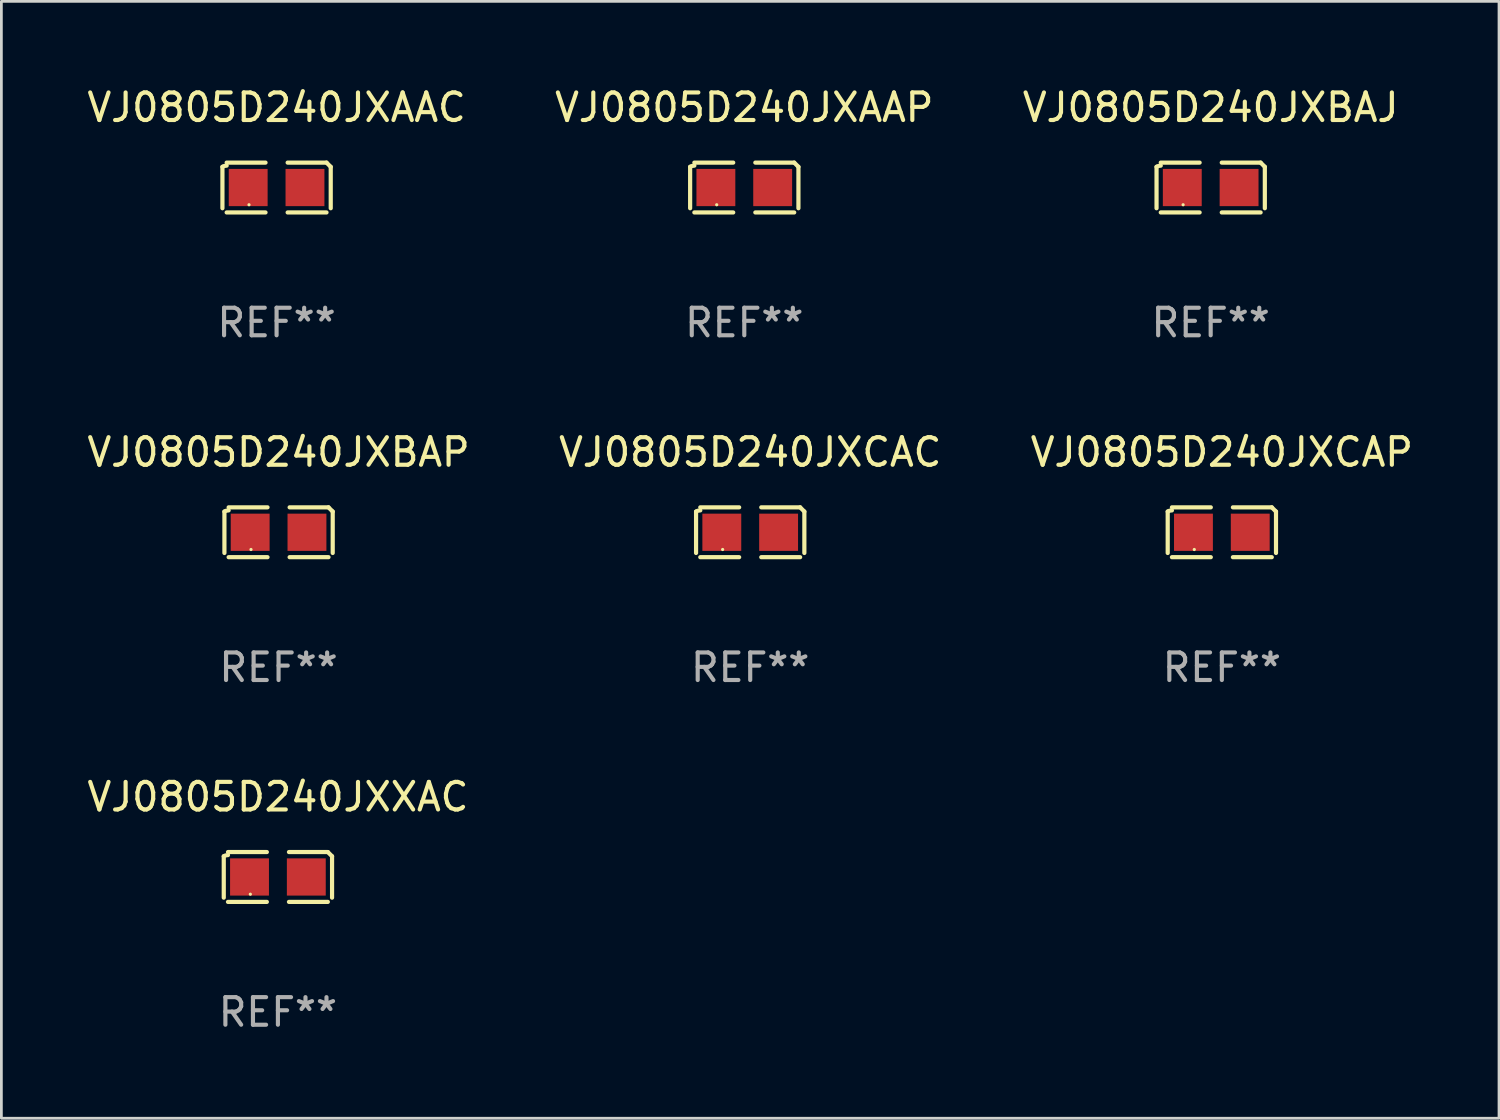
<source format=kicad_pcb>
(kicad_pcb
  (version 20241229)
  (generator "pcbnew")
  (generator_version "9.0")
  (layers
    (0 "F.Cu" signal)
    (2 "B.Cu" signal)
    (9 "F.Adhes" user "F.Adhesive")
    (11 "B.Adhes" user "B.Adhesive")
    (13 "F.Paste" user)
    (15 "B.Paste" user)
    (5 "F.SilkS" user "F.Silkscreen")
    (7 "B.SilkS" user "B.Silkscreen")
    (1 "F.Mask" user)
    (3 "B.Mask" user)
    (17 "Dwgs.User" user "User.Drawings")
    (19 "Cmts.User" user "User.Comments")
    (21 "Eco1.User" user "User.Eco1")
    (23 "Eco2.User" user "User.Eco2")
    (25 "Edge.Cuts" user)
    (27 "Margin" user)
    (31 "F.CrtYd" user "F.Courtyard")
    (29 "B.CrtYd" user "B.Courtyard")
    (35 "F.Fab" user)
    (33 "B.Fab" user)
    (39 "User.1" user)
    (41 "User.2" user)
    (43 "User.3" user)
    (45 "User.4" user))
  (footprint "VJ0805D240JXXAC"
    (layer "F.Cu")
    (at 7.03 28.759)
    (property "Reference" "VJ0805D240JXXAC" (at 0 -2.904 0) (layer "F.SilkS") (effects (font (size 1 1) (thickness 0.15))))
    (attr through_hole)
    (fp_line (start -1.964 0.751) (end -1.964 -0.751) (stroke (width 0.152) (type solid)) (layer "F.SilkS"))
    (fp_line (start -1.811 -0.904) (end -0.401 -0.904) (stroke (width 0.152) (type solid)) (layer "F.SilkS"))
    (fp_line (start -0.401 0.904) (end -1.811 0.904) (stroke (width 0.152) (type solid)) (layer "F.SilkS"))
    (fp_line (start 0.401 0.904) (end 1.811 0.904) (stroke (width 0.152) (type solid)) (layer "F.SilkS"))
    (fp_line (start 1.811 -0.904) (end 0.401 -0.904) (stroke (width 0.152) (type solid)) (layer "F.SilkS"))
    (fp_line (start 1.964 0.751) (end 1.964 -0.751) (stroke (width 0.152) (type solid)) (layer "F.SilkS"))
    (fp_arc (start -1.963602 -0.751207) (mid -1.890354 -0.783131) (end -1.811201 -0.794044) (stroke (width 0.1524) (type solid)) (layer "F.SilkS"))
    (fp_arc (start 1.811202 -0.903607) (mid 1.887413 -0.827418) (end 1.963602 -0.751207) (stroke (width 0.1524) (type solid)) (layer "F.SilkS"))
    (fp_circle (center -1 0.625) (end -0.97 0.625) (stroke (width 0.06) (type solid)) (fill no) (layer "F.SilkS"))
    (fp_text user "REF**" (at 0 4.904 0) (layer "F.Fab") (effects (font (size 1 1) (thickness 0.15))))
    (pad "1" smd rect (at -1.03 0) (size 1.41 1.35) (layers "F.Cu" "F.Mask" "F.Paste"))
    (pad "2" smd rect (at 1.03 0) (size 1.41 1.35) (layers "F.Cu" "F.Mask" "F.Paste")))
  (footprint "VJ0805D240JXAAP"
    (layer "F.Cu")
    (at 23.946 3.752)
    (property "Reference" "VJ0805D240JXAAP" (at 0 -2.904 0) (layer "F.SilkS") (effects (font (size 1 1) (thickness 0.15))))
    (attr through_hole)
    (fp_line (start -1.964 0.751) (end -1.964 -0.751) (stroke (width 0.152) (type solid)) (layer "F.SilkS"))
    (fp_line (start -1.811 -0.904) (end -0.401 -0.904) (stroke (width 0.152) (type solid)) (layer "F.SilkS"))
    (fp_line (start -0.401 0.904) (end -1.811 0.904) (stroke (width 0.152) (type solid)) (layer "F.SilkS"))
    (fp_line (start 0.401 0.904) (end 1.811 0.904) (stroke (width 0.152) (type solid)) (layer "F.SilkS"))
    (fp_line (start 1.811 -0.904) (end 0.401 -0.904) (stroke (width 0.152) (type solid)) (layer "F.SilkS"))
    (fp_line (start 1.964 0.751) (end 1.964 -0.751) (stroke (width 0.152) (type solid)) (layer "F.SilkS"))
    (fp_arc (start -1.963602 -0.751207) (mid -1.890354 -0.783131) (end -1.811201 -0.794044) (stroke (width 0.1524) (type solid)) (layer "F.SilkS"))
    (fp_arc (start 1.811202 -0.903607) (mid 1.887413 -0.827418) (end 1.963602 -0.751207) (stroke (width 0.1524) (type solid)) (layer "F.SilkS"))
    (fp_circle (center -1 0.625) (end -0.97 0.625) (stroke (width 0.06) (type solid)) (fill no) (layer "F.SilkS"))
    (fp_text user "REF**" (at 0 4.904 0) (layer "F.Fab") (effects (font (size 1 1) (thickness 0.15))))
    (pad "1" smd rect (at -1.03 0) (size 1.41 1.35) (layers "F.Cu" "F.Mask" "F.Paste"))
    (pad "2" smd rect (at 1.03 0) (size 1.41 1.35) (layers "F.Cu" "F.Mask" "F.Paste")))
  (footprint "VJ0805D240JXCAC"
    (layer "F.Cu")
    (at 24.161 16.256)
    (property "Reference" "VJ0805D240JXCAC" (at 0 -2.904 0) (layer "F.SilkS") (effects (font (size 1 1) (thickness 0.15))))
    (attr through_hole)
    (fp_line (start -1.964 0.751) (end -1.964 -0.751) (stroke (width 0.152) (type solid)) (layer "F.SilkS"))
    (fp_line (start -1.811 -0.904) (end -0.401 -0.904) (stroke (width 0.152) (type solid)) (layer "F.SilkS"))
    (fp_line (start -0.401 0.904) (end -1.811 0.904) (stroke (width 0.152) (type solid)) (layer "F.SilkS"))
    (fp_line (start 0.401 0.904) (end 1.811 0.904) (stroke (width 0.152) (type solid)) (layer "F.SilkS"))
    (fp_line (start 1.811 -0.904) (end 0.401 -0.904) (stroke (width 0.152) (type solid)) (layer "F.SilkS"))
    (fp_line (start 1.964 0.751) (end 1.964 -0.751) (stroke (width 0.152) (type solid)) (layer "F.SilkS"))
    (fp_arc (start -1.963602 -0.751207) (mid -1.890354 -0.783131) (end -1.811201 -0.794044) (stroke (width 0.1524) (type solid)) (layer "F.SilkS"))
    (fp_arc (start 1.811202 -0.903607) (mid 1.887413 -0.827418) (end 1.963602 -0.751207) (stroke (width 0.1524) (type solid)) (layer "F.SilkS"))
    (fp_circle (center -1 0.625) (end -0.97 0.625) (stroke (width 0.06) (type solid)) (fill no) (layer "F.SilkS"))
    (fp_text user "REF**" (at 0 4.904 0) (layer "F.Fab") (effects (font (size 1 1) (thickness 0.15))))
    (pad "1" smd rect (at -1.03 0) (size 1.41 1.35) (layers "F.Cu" "F.Mask" "F.Paste"))
    (pad "2" smd rect (at 1.03 0) (size 1.41 1.35) (layers "F.Cu" "F.Mask" "F.Paste")))
  (footprint "VJ0805D240JXCAP"
    (layer "F.Cu")
    (at 41.268 16.256)
    (property "Reference" "VJ0805D240JXCAP" (at 0 -2.904 0) (layer "F.SilkS") (effects (font (size 1 1) (thickness 0.15))))
    (attr through_hole)
    (fp_line (start -1.964 0.751) (end -1.964 -0.751) (stroke (width 0.152) (type solid)) (layer "F.SilkS"))
    (fp_line (start -1.811 -0.904) (end -0.401 -0.904) (stroke (width 0.152) (type solid)) (layer "F.SilkS"))
    (fp_line (start -0.401 0.904) (end -1.811 0.904) (stroke (width 0.152) (type solid)) (layer "F.SilkS"))
    (fp_line (start 0.401 0.904) (end 1.811 0.904) (stroke (width 0.152) (type solid)) (layer "F.SilkS"))
    (fp_line (start 1.811 -0.904) (end 0.401 -0.904) (stroke (width 0.152) (type solid)) (layer "F.SilkS"))
    (fp_line (start 1.964 0.751) (end 1.964 -0.751) (stroke (width 0.152) (type solid)) (layer "F.SilkS"))
    (fp_arc (start -1.963602 -0.751207) (mid -1.890354 -0.783131) (end -1.811201 -0.794044) (stroke (width 0.1524) (type solid)) (layer "F.SilkS"))
    (fp_arc (start 1.811202 -0.903607) (mid 1.887413 -0.827418) (end 1.963602 -0.751207) (stroke (width 0.1524) (type solid)) (layer "F.SilkS"))
    (fp_circle (center -1 0.625) (end -0.97 0.625) (stroke (width 0.06) (type solid)) (fill no) (layer "F.SilkS"))
    (fp_text user "REF**" (at 0 4.904 0) (layer "F.Fab") (effects (font (size 1 1) (thickness 0.15))))
    (pad "1" smd rect (at -1.03 0) (size 1.41 1.35) (layers "F.Cu" "F.Mask" "F.Paste"))
    (pad "2" smd rect (at 1.03 0) (size 1.41 1.35) (layers "F.Cu" "F.Mask" "F.Paste")))
  (footprint "VJ0805D240JXAAC"
    (layer "F.Cu")
    (at 6.982 3.752)
    (property "Reference" "VJ0805D240JXAAC" (at 0 -2.904 0) (layer "F.SilkS") (effects (font (size 1 1) (thickness 0.15))))
    (attr through_hole)
    (fp_line (start -1.964 0.751) (end -1.964 -0.751) (stroke (width 0.152) (type solid)) (layer "F.SilkS"))
    (fp_line (start -1.811 -0.904) (end -0.401 -0.904) (stroke (width 0.152) (type solid)) (layer "F.SilkS"))
    (fp_line (start -0.401 0.904) (end -1.811 0.904) (stroke (width 0.152) (type solid)) (layer "F.SilkS"))
    (fp_line (start 0.401 0.904) (end 1.811 0.904) (stroke (width 0.152) (type solid)) (layer "F.SilkS"))
    (fp_line (start 1.811 -0.904) (end 0.401 -0.904) (stroke (width 0.152) (type solid)) (layer "F.SilkS"))
    (fp_line (start 1.964 0.751) (end 1.964 -0.751) (stroke (width 0.152) (type solid)) (layer "F.SilkS"))
    (fp_arc (start -1.963602 -0.751207) (mid -1.890354 -0.783131) (end -1.811201 -0.794044) (stroke (width 0.1524) (type solid)) (layer "F.SilkS"))
    (fp_arc (start 1.811202 -0.903607) (mid 1.887413 -0.827418) (end 1.963602 -0.751207) (stroke (width 0.1524) (type solid)) (layer "F.SilkS"))
    (fp_circle (center -1 0.625) (end -0.97 0.625) (stroke (width 0.06) (type solid)) (fill no) (layer "F.SilkS"))
    (fp_text user "REF**" (at 0 4.904 0) (layer "F.Fab") (effects (font (size 1 1) (thickness 0.15))))
    (pad "1" smd rect (at -1.03 0) (size 1.41 1.35) (layers "F.Cu" "F.Mask" "F.Paste"))
    (pad "2" smd rect (at 1.03 0) (size 1.41 1.35) (layers "F.Cu" "F.Mask" "F.Paste")))
  (footprint "VJ0805D240JXBAJ"
    (layer "F.Cu")
    (at 40.863 3.752)
    (property "Reference" "VJ0805D240JXBAJ" (at 0 -2.904 0) (layer "F.SilkS") (effects (font (size 1 1) (thickness 0.15))))
    (attr through_hole)
    (fp_line (start -1.964 0.751) (end -1.964 -0.751) (stroke (width 0.152) (type solid)) (layer "F.SilkS"))
    (fp_line (start -1.811 -0.904) (end -0.401 -0.904) (stroke (width 0.152) (type solid)) (layer "F.SilkS"))
    (fp_line (start -0.401 0.904) (end -1.811 0.904) (stroke (width 0.152) (type solid)) (layer "F.SilkS"))
    (fp_line (start 0.401 0.904) (end 1.811 0.904) (stroke (width 0.152) (type solid)) (layer "F.SilkS"))
    (fp_line (start 1.811 -0.904) (end 0.401 -0.904) (stroke (width 0.152) (type solid)) (layer "F.SilkS"))
    (fp_line (start 1.964 0.751) (end 1.964 -0.751) (stroke (width 0.152) (type solid)) (layer "F.SilkS"))
    (fp_arc (start -1.963602 -0.751207) (mid -1.890354 -0.783131) (end -1.811201 -0.794044) (stroke (width 0.1524) (type solid)) (layer "F.SilkS"))
    (fp_arc (start 1.811202 -0.903607) (mid 1.887413 -0.827418) (end 1.963602 -0.751207) (stroke (width 0.1524) (type solid)) (layer "F.SilkS"))
    (fp_circle (center -1 0.625) (end -0.97 0.625) (stroke (width 0.06) (type solid)) (fill no) (layer "F.SilkS"))
    (fp_text user "REF**" (at 0 4.904 0) (layer "F.Fab") (effects (font (size 1 1) (thickness 0.15))))
    (pad "1" smd rect (at -1.03 0) (size 1.41 1.35) (layers "F.Cu" "F.Mask" "F.Paste"))
    (pad "2" smd rect (at 1.03 0) (size 1.41 1.35) (layers "F.Cu" "F.Mask" "F.Paste")))
  (footprint "VJ0805D240JXBAP"
    (layer "F.Cu")
    (at 7.054 16.256)
    (property "Reference" "VJ0805D240JXBAP" (at 0 -2.904 0) (layer "F.SilkS") (effects (font (size 1 1) (thickness 0.15))))
    (attr through_hole)
    (fp_line (start -1.964 0.751) (end -1.964 -0.751) (stroke (width 0.152) (type solid)) (layer "F.SilkS"))
    (fp_line (start -1.811 -0.904) (end -0.401 -0.904) (stroke (width 0.152) (type solid)) (layer "F.SilkS"))
    (fp_line (start -0.401 0.904) (end -1.811 0.904) (stroke (width 0.152) (type solid)) (layer "F.SilkS"))
    (fp_line (start 0.401 0.904) (end 1.811 0.904) (stroke (width 0.152) (type solid)) (layer "F.SilkS"))
    (fp_line (start 1.811 -0.904) (end 0.401 -0.904) (stroke (width 0.152) (type solid)) (layer "F.SilkS"))
    (fp_line (start 1.964 0.751) (end 1.964 -0.751) (stroke (width 0.152) (type solid)) (layer "F.SilkS"))
    (fp_arc (start -1.963602 -0.751207) (mid -1.890354 -0.783131) (end -1.811201 -0.794044) (stroke (width 0.1524) (type solid)) (layer "F.SilkS"))
    (fp_arc (start 1.811202 -0.903607) (mid 1.887413 -0.827418) (end 1.963602 -0.751207) (stroke (width 0.1524) (type solid)) (layer "F.SilkS"))
    (fp_circle (center -1 0.625) (end -0.97 0.625) (stroke (width 0.06) (type solid)) (fill no) (layer "F.SilkS"))
    (fp_text user "REF**" (at 0 4.904 0) (layer "F.Fab") (effects (font (size 1 1) (thickness 0.15))))
    (pad "1" smd rect (at -1.03 0) (size 1.41 1.35) (layers "F.Cu" "F.Mask" "F.Paste"))
    (pad "2" smd rect (at 1.03 0) (size 1.41 1.35) (layers "F.Cu" "F.Mask" "F.Paste")))
  (gr_rect
    (start -3 -3)
    (end 51.321 37.511)
    (stroke (width 0.1) (type default))
    (fill no)
    (layer "Edge.Cuts")))
</source>
